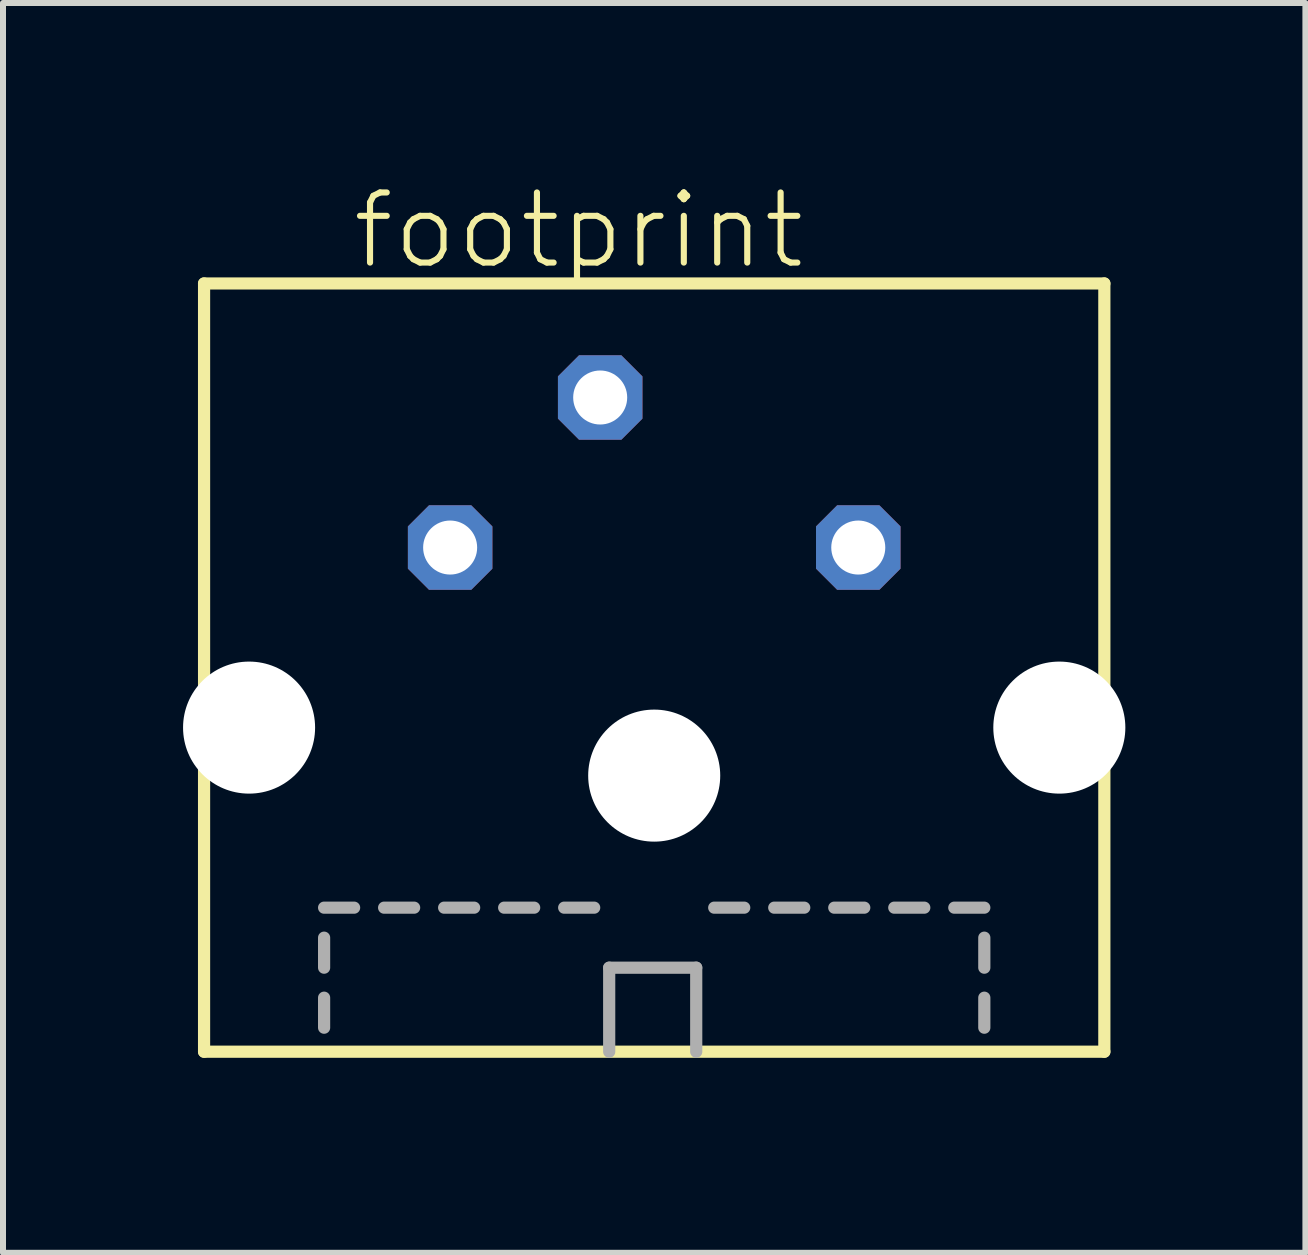
<source format=kicad_pcb>
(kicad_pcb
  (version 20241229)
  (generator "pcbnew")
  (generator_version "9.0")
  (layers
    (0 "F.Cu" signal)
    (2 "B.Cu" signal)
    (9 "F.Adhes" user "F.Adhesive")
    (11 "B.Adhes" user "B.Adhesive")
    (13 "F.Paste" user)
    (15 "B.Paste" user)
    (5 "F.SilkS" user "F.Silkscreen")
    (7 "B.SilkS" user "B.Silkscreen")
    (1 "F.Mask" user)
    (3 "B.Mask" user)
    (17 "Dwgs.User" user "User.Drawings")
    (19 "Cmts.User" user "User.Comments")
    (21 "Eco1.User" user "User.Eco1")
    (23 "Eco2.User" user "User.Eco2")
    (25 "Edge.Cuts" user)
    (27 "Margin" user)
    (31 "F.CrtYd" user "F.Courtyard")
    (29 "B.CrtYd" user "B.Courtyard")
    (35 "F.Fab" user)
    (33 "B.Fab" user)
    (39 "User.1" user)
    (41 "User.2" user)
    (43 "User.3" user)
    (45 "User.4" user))
  (footprint "footprint"
    (layer "F.Cu")
    (at 7.85 14.573)
    (property "Reference" "footprint" (at -5.08 -13.1 0) (layer "F.SilkS") (effects (font (size 1.168 1.168) (thickness 0.102)) (justify left bottom)))
    (fp_line (start -7.5 -12.9) (end -7.5 -0.1) (stroke (width 0.203) (type solid)) (layer "F.SilkS"))
    (fp_line (start -7.5 -0.1) (end 7.5 -0.1) (stroke (width 0.203) (type solid)) (layer "F.SilkS"))
    (fp_line (start 7.5 -12.9) (end -7.5 -12.9) (stroke (width 0.203) (type solid)) (layer "F.SilkS"))
    (fp_line (start 7.5 -0.1) (end 7.5 -12.9) (stroke (width 0.203) (type solid)) (layer "F.SilkS"))
    (fp_line (start -5.5 -2.5) (end -5 -2.5) (stroke (width 0.203) (type solid)) (layer "F.Fab"))
    (fp_line (start -5.5 -1.5) (end -5.5 -2) (stroke (width 0.203) (type solid)) (layer "F.Fab"))
    (fp_line (start -5.5 -0.5) (end -5.5 -1) (stroke (width 0.203) (type solid)) (layer "F.Fab"))
    (fp_line (start -4.5 -2.5) (end -4 -2.5) (stroke (width 0.203) (type solid)) (layer "F.Fab"))
    (fp_line (start -3.5 -2.5) (end -3 -2.5) (stroke (width 0.203) (type solid)) (layer "F.Fab"))
    (fp_line (start -2.5 -2.5) (end -2 -2.5) (stroke (width 0.203) (type solid)) (layer "F.Fab"))
    (fp_line (start -1.5 -2.5) (end -1 -2.5) (stroke (width 0.203) (type solid)) (layer "F.Fab"))
    (fp_line (start -0.75 -1.5) (end 0.7 -1.5) (stroke (width 0.203) (type solid)) (layer "F.Fab"))
    (fp_line (start -0.75 -0.1) (end -0.75 -1.5) (stroke (width 0.203) (type solid)) (layer "F.Fab"))
    (fp_line (start 0.7 -1.5) (end 0.7 -0.1) (stroke (width 0.203) (type solid)) (layer "F.Fab"))
    (fp_line (start 1 -2.5) (end 1.5 -2.5) (stroke (width 0.203) (type solid)) (layer "F.Fab"))
    (fp_line (start 2 -2.5) (end 2.5 -2.5) (stroke (width 0.203) (type solid)) (layer "F.Fab"))
    (fp_line (start 3 -2.5) (end 3.5 -2.5) (stroke (width 0.203) (type solid)) (layer "F.Fab"))
    (fp_line (start 4 -2.5) (end 4.5 -2.5) (stroke (width 0.203) (type solid)) (layer "F.Fab"))
    (fp_line (start 5 -2.5) (end 5.5 -2.5) (stroke (width 0.203) (type solid)) (layer "F.Fab"))
    (fp_line (start 5.5 -1.5) (end 5.5 -2) (stroke (width 0.203) (type solid)) (layer "F.Fab"))
    (fp_line (start 5.5 -0.5) (end 5.5 -1) (stroke (width 0.203) (type solid)) (layer "F.Fab"))
    (pad "" np_thru_hole circle (at -6.75 -5.5) (size 2.2 2.2) (drill 2.2) (layers "*.Cu" "*.Mask"))
    (pad "" np_thru_hole circle (at 0 -4.7) (size 2.2 2.2) (drill 2.2) (layers "*.Cu" "*.Mask"))
    (pad "" np_thru_hole circle (at 6.75 -5.5) (size 2.2 2.2) (drill 2.2) (layers "*.Cu" "*.Mask"))
    (pad "1" thru_hole roundrect (at 3.4 -8.5) (size 1.408 1.408) (drill 0.9) (layers "*.Cu" "*.Mask") (roundrect_rratio 0.25) (chamfer_ratio 0.25) (chamfer top_left top_right bottom_left bottom_right))
    (pad "2" thru_hole roundrect (at -3.4 -8.5) (size 1.408 1.408) (drill 0.9) (layers "*.Cu" "*.Mask") (roundrect_rratio 0.25) (chamfer_ratio 0.25) (chamfer top_left top_right bottom_left bottom_right))
    (pad "3" thru_hole roundrect (at -0.9 -11) (size 1.408 1.408) (drill 0.9) (layers "*.Cu" "*.Mask") (roundrect_rratio 0.25) (chamfer_ratio 0.25) (chamfer top_left top_right bottom_left bottom_right)))
  (gr_rect
    (start -3 -3)
    (end 18.7 17.823)
    (stroke (width 0.1) (type default))
    (fill no)
    (layer "Edge.Cuts")))
</source>
